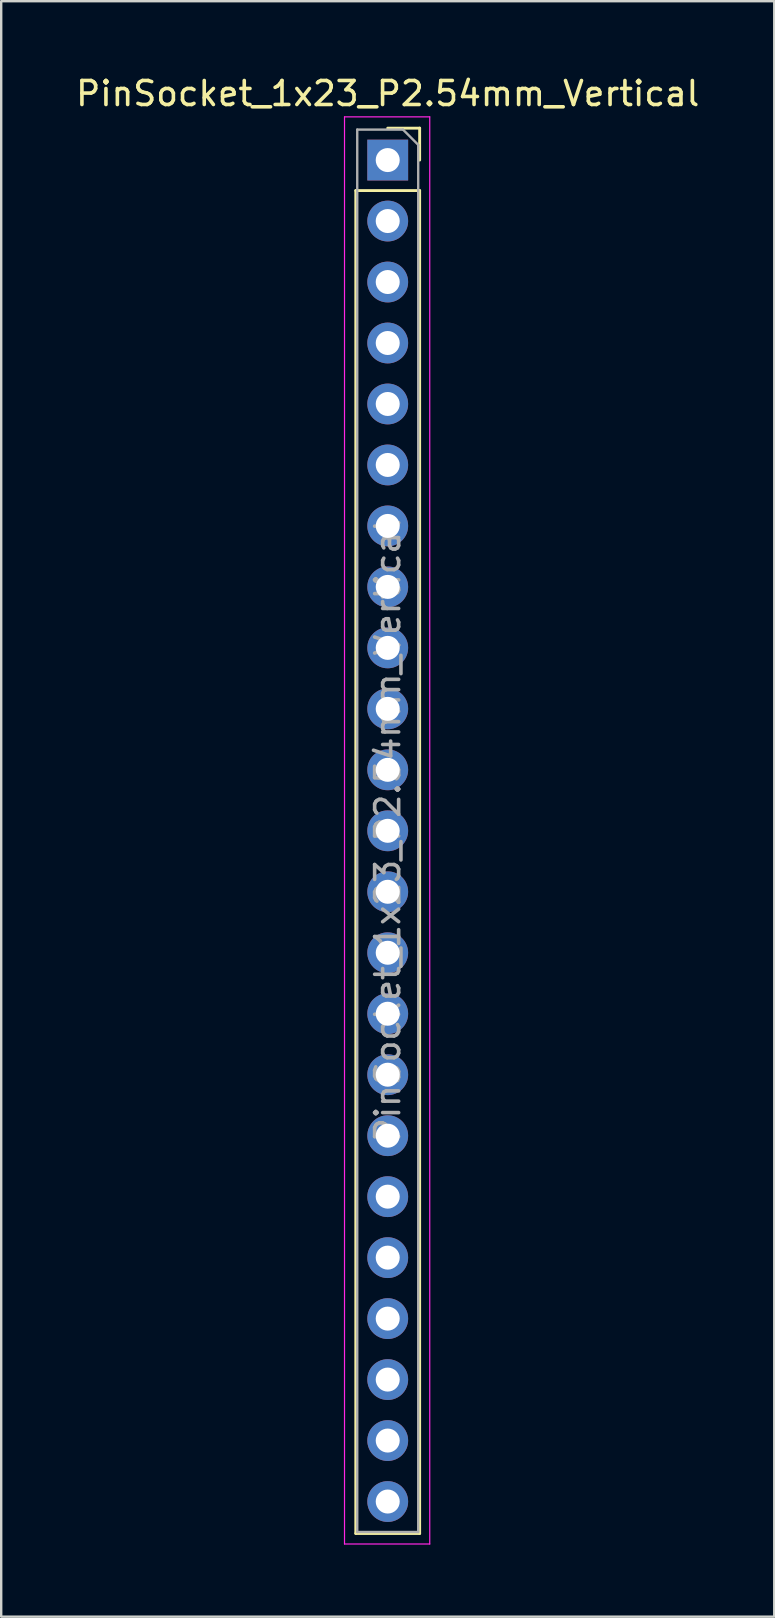
<source format=kicad_pcb>
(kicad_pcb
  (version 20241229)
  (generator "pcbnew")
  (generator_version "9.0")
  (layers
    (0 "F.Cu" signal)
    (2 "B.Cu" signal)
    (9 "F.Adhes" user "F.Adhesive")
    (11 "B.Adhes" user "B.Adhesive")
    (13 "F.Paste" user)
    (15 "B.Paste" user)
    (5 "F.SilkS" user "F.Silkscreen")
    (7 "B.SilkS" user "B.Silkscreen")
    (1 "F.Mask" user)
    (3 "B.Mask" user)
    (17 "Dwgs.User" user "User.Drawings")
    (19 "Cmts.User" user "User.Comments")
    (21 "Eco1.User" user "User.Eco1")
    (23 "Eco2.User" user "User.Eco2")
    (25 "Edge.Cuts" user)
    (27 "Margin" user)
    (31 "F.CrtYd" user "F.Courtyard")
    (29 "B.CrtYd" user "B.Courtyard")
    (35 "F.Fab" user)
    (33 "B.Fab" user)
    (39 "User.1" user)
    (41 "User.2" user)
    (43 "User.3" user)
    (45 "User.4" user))
  (footprint "PinSocket_1x23_P2.54mm_Vertical"
    (layer "F.Cu")
    (at 13.101 3.618)
    (property "Reference" "PinSocket_1x23_P2.54mm_Vertical" (at 0 -2.77 0) (layer "F.SilkS") (effects (font (size 1 1) (thickness 0.15))))
    (attr through_hole)
    (fp_line (start -1.33 1.27) (end -1.33 57.21) (stroke (width 0.12) (type solid)) (layer "F.SilkS"))
    (fp_line (start -1.33 1.27) (end 1.33 1.27) (stroke (width 0.12) (type solid)) (layer "F.SilkS"))
    (fp_line (start -1.33 57.21) (end 1.33 57.21) (stroke (width 0.12) (type solid)) (layer "F.SilkS"))
    (fp_line (start 0 -1.33) (end 1.33 -1.33) (stroke (width 0.12) (type solid)) (layer "F.SilkS"))
    (fp_line (start 1.33 -1.33) (end 1.33 0) (stroke (width 0.12) (type solid)) (layer "F.SilkS"))
    (fp_line (start 1.33 1.27) (end 1.33 57.21) (stroke (width 0.12) (type solid)) (layer "F.SilkS"))
    (fp_line (start -1.8 -1.8) (end 1.75 -1.8) (stroke (width 0.05) (type solid)) (layer "F.CrtYd"))
    (fp_line (start -1.8 57.65) (end -1.8 -1.8) (stroke (width 0.05) (type solid)) (layer "F.CrtYd"))
    (fp_line (start 1.75 -1.8) (end 1.75 57.65) (stroke (width 0.05) (type solid)) (layer "F.CrtYd"))
    (fp_line (start 1.75 57.65) (end -1.8 57.65) (stroke (width 0.05) (type solid)) (layer "F.CrtYd"))
    (fp_line (start -1.27 -1.27) (end 0.635 -1.27) (stroke (width 0.1) (type solid)) (layer "F.Fab"))
    (fp_line (start -1.27 57.15) (end -1.27 -1.27) (stroke (width 0.1) (type solid)) (layer "F.Fab"))
    (fp_line (start 0.635 -1.27) (end 1.27 -0.635) (stroke (width 0.1) (type solid)) (layer "F.Fab"))
    (fp_line (start 1.27 -0.635) (end 1.27 57.15) (stroke (width 0.1) (type solid)) (layer "F.Fab"))
    (fp_line (start 1.27 57.15) (end -1.27 57.15) (stroke (width 0.1) (type solid)) (layer "F.Fab"))
    (fp_text user "${REFERENCE}" (at 0 27.94 90) (layer "F.Fab") (effects (font (size 1 1) (thickness 0.15))))
    (pad "1" thru_hole rect (at 0 0) (size 1.7 1.7) (drill 1) (layers "*.Cu" "*.Mask"))
    (pad "2" thru_hole oval (at 0 2.54) (size 1.7 1.7) (drill 1) (layers "*.Cu" "*.Mask"))
    (pad "3" thru_hole oval (at 0 5.08) (size 1.7 1.7) (drill 1) (layers "*.Cu" "*.Mask"))
    (pad "4" thru_hole oval (at 0 7.62) (size 1.7 1.7) (drill 1) (layers "*.Cu" "*.Mask"))
    (pad "5" thru_hole oval (at 0 10.16) (size 1.7 1.7) (drill 1) (layers "*.Cu" "*.Mask"))
    (pad "6" thru_hole oval (at 0 12.7) (size 1.7 1.7) (drill 1) (layers "*.Cu" "*.Mask"))
    (pad "7" thru_hole oval (at 0 15.24) (size 1.7 1.7) (drill 1) (layers "*.Cu" "*.Mask"))
    (pad "8" thru_hole oval (at 0 17.78) (size 1.7 1.7) (drill 1) (layers "*.Cu" "*.Mask"))
    (pad "9" thru_hole oval (at 0 20.32) (size 1.7 1.7) (drill 1) (layers "*.Cu" "*.Mask"))
    (pad "10" thru_hole oval (at 0 22.86) (size 1.7 1.7) (drill 1) (layers "*.Cu" "*.Mask"))
    (pad "11" thru_hole oval (at 0 25.4) (size 1.7 1.7) (drill 1) (layers "*.Cu" "*.Mask"))
    (pad "12" thru_hole oval (at 0 27.94) (size 1.7 1.7) (drill 1) (layers "*.Cu" "*.Mask"))
    (pad "13" thru_hole oval (at 0 30.48) (size 1.7 1.7) (drill 1) (layers "*.Cu" "*.Mask"))
    (pad "14" thru_hole oval (at 0 33.02) (size 1.7 1.7) (drill 1) (layers "*.Cu" "*.Mask"))
    (pad "15" thru_hole oval (at 0 35.56) (size 1.7 1.7) (drill 1) (layers "*.Cu" "*.Mask"))
    (pad "16" thru_hole oval (at 0 38.1) (size 1.7 1.7) (drill 1) (layers "*.Cu" "*.Mask"))
    (pad "17" thru_hole oval (at 0 40.64) (size 1.7 1.7) (drill 1) (layers "*.Cu" "*.Mask"))
    (pad "18" thru_hole oval (at 0 43.18) (size 1.7 1.7) (drill 1) (layers "*.Cu" "*.Mask"))
    (pad "19" thru_hole oval (at 0 45.72) (size 1.7 1.7) (drill 1) (layers "*.Cu" "*.Mask"))
    (pad "20" thru_hole oval (at 0 48.26) (size 1.7 1.7) (drill 1) (layers "*.Cu" "*.Mask"))
    (pad "21" thru_hole oval (at 0 50.8) (size 1.7 1.7) (drill 1) (layers "*.Cu" "*.Mask"))
    (pad "22" thru_hole oval (at 0 53.34) (size 1.7 1.7) (drill 1) (layers "*.Cu" "*.Mask"))
    (pad "23" thru_hole oval (at 0 55.88) (size 1.7 1.7) (drill 1) (layers "*.Cu" "*.Mask")))
  (gr_rect
    (start -3 -3)
    (end 29.202 64.293)
    (stroke (width 0.1) (type default))
    (fill no)
    (layer "Edge.Cuts")))
</source>
